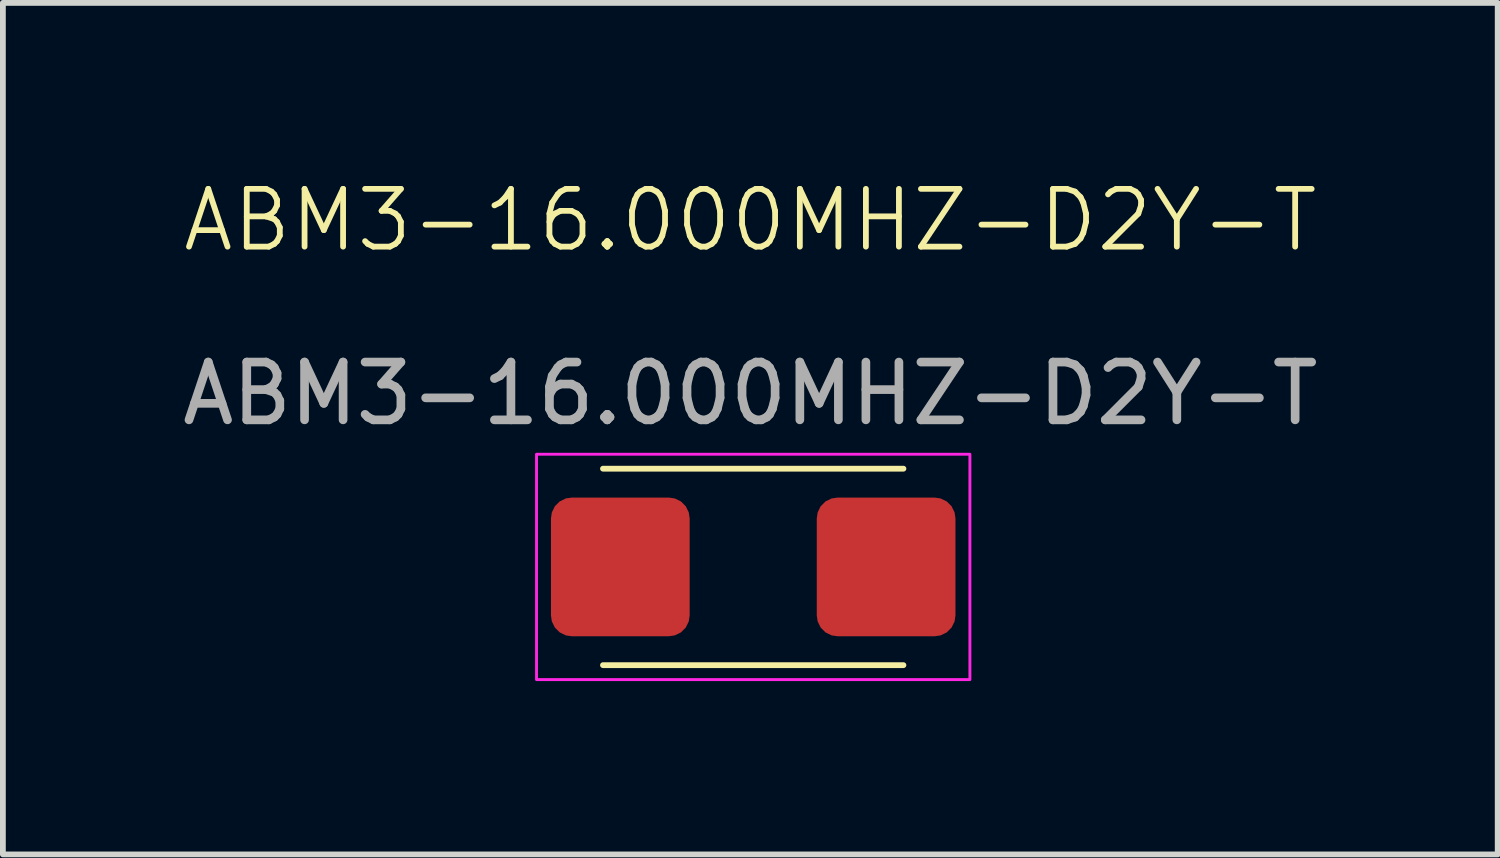
<source format=kicad_pcb>
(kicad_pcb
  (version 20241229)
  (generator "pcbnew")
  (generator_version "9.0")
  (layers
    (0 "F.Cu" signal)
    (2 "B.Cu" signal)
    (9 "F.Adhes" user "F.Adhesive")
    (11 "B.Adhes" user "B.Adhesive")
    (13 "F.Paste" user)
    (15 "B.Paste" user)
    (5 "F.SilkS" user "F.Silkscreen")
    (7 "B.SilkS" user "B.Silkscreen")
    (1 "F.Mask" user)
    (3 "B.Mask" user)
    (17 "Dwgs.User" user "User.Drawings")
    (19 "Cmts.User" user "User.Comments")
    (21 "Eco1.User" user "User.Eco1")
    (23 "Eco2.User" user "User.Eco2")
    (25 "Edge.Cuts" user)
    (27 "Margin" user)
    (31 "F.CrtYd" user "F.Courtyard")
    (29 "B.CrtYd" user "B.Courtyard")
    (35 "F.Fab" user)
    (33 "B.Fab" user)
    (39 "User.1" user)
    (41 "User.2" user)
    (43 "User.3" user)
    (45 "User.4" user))
  (footprint "ABM3-16.000MHZ-D2Y-T"
    (layer "F.Cu")
    (at 9.985 6.761)
    (property "Reference" "ABM3-16.000MHZ-D2Y-T" (at -0.05 -6 0) (unlocked yes) (layer "F.SilkS") (effects (font (size 1 1) (thickness 0.1))))
    (attr smd)
    (fp_line (start -2.6 1.7) (end 2.6 1.7) (stroke (width 0.1) (type default)) (layer "F.SilkS"))
    (fp_line (start 2.6 -1.7) (end -2.6 -1.7) (stroke (width 0.1) (type default)) (layer "F.SilkS"))
    (fp_rect (start -3.75 -1.95) (end 3.75 1.95) (stroke (width 0.05) (type solid)) (fill no) (layer "F.CrtYd"))
    (fp_text user "${REFERENCE}" (at -0.05 -3 0) (unlocked yes) (layer "F.Fab") (effects (font (size 1 1) (thickness 0.15))))
    (pad "1" smd roundrect (at -2.3 0) (size 2.4 2.4) (layers "F.Cu" "F.Mask" "F.Paste") (roundrect_rratio 0.15))
    (pad "2" smd roundrect (at 2.3 0) (size 2.4 2.4) (layers "F.Cu" "F.Mask" "F.Paste") (roundrect_rratio 0.15)))
  (gr_rect
    (start -3 -3)
    (end 22.869 11.736)
    (stroke (width 0.1) (type default))
    (fill no)
    (layer "Edge.Cuts")))
</source>
